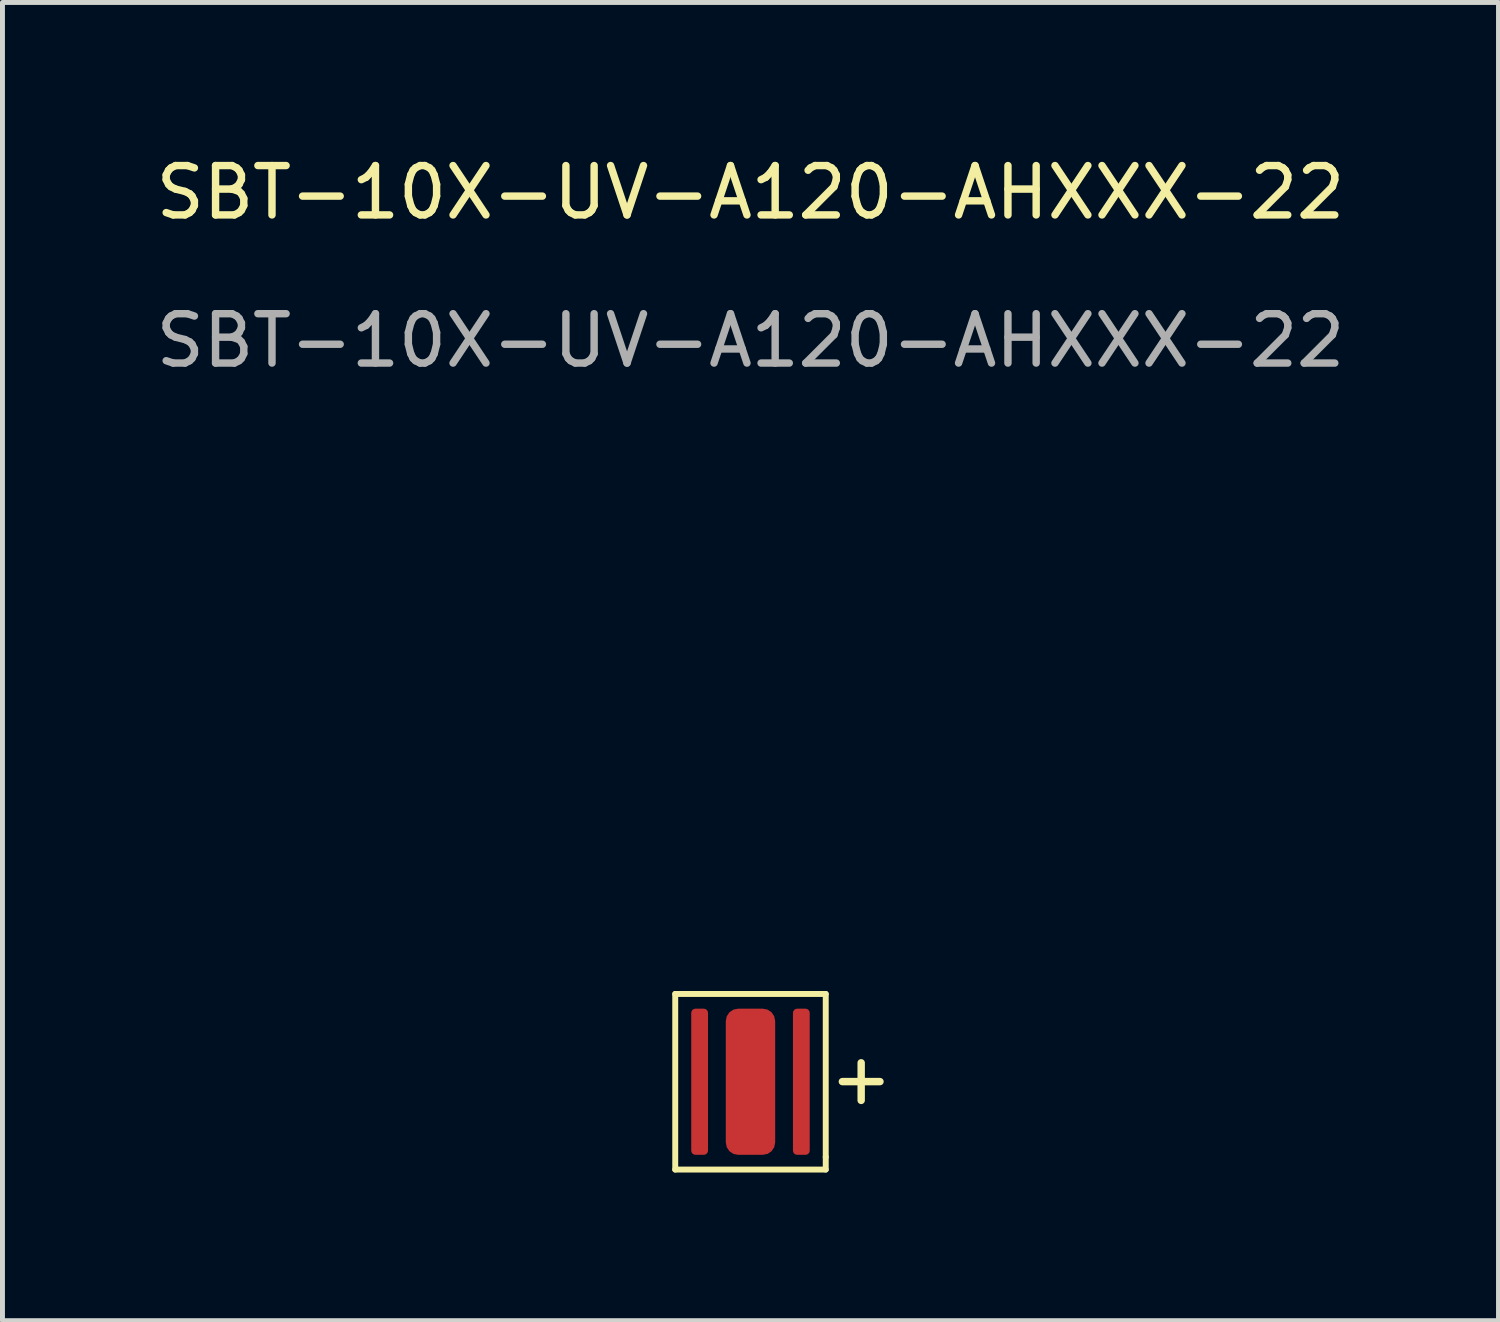
<source format=kicad_pcb>
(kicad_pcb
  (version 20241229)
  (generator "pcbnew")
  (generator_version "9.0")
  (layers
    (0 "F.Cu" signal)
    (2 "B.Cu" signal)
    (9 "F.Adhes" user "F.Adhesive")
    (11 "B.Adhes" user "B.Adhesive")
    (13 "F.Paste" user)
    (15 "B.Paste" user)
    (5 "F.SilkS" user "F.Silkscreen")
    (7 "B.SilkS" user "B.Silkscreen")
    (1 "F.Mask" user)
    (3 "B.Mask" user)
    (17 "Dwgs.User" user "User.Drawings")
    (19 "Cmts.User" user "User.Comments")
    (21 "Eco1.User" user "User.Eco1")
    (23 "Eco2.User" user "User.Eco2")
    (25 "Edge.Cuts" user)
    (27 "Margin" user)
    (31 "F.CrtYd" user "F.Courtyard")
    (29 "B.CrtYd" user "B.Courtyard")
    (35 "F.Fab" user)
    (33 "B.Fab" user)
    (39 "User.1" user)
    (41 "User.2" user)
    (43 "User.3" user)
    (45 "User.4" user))
  (footprint "SBT-10X-UV-A120-AHXXX-22"
    (layer "F.Cu")
    (at 12.149 18.858)
    (property "Reference" "SBT-10X-UV-A120-AHXXX-22" (at 0 -18.01 0) (unlocked yes) (layer "F.SilkS") (effects (font (size 1 1) (thickness 0.15))))
    (attr smd)
    (fp_line (start -1.524 1.778) (end -1.524 -1.778) (stroke (width 0.12) (type default)) (layer "F.SilkS"))
    (fp_line (start 1.524 -1.778) (end -1.524 -1.778) (stroke (width 0.12) (type default)) (layer "F.SilkS"))
    (fp_line (start 1.524 -1.778) (end 1.524 1.524) (stroke (width 0.12) (type default)) (layer "F.SilkS"))
    (fp_line (start 1.524 1.524) (end 1.524 1.778) (stroke (width 0.12) (type default)) (layer "F.SilkS"))
    (fp_line (start 1.524 1.778) (end -1.524 1.778) (stroke (width 0.12) (type default)) (layer "F.SilkS"))
    (fp_text user "+" (at 1.524 0.508 0) (unlocked yes) (layer "F.SilkS") (effects (font (size 1 1) (thickness 0.15)) (justify left bottom)))
    (fp_text user "${REFERENCE}" (at 0 -15.01 0) (unlocked yes) (layer "F.Fab") (effects (font (size 1 1) (thickness 0.15))))
    (pad "1" smd roundrect (at -1.03 0) (size 0.34 2.96) (layers "F.Cu" "F.Mask" "F.Paste") (roundrect_rratio 0.25))
    (pad "2" smd roundrect (at 1.03 0) (size 0.34 2.96) (layers "F.Cu" "F.Mask" "F.Paste") (roundrect_rratio 0.25))
    (pad "3" smd roundrect (at 0 0) (size 1 2.96) (layers "F.Cu" "F.Mask" "F.Paste") (roundrect_rratio 0.25)))
  (gr_rect
    (start -3 -3)
    (end 27.298 23.696)
    (stroke (width 0.1) (type default))
    (fill no)
    (layer "Edge.Cuts")))
</source>
